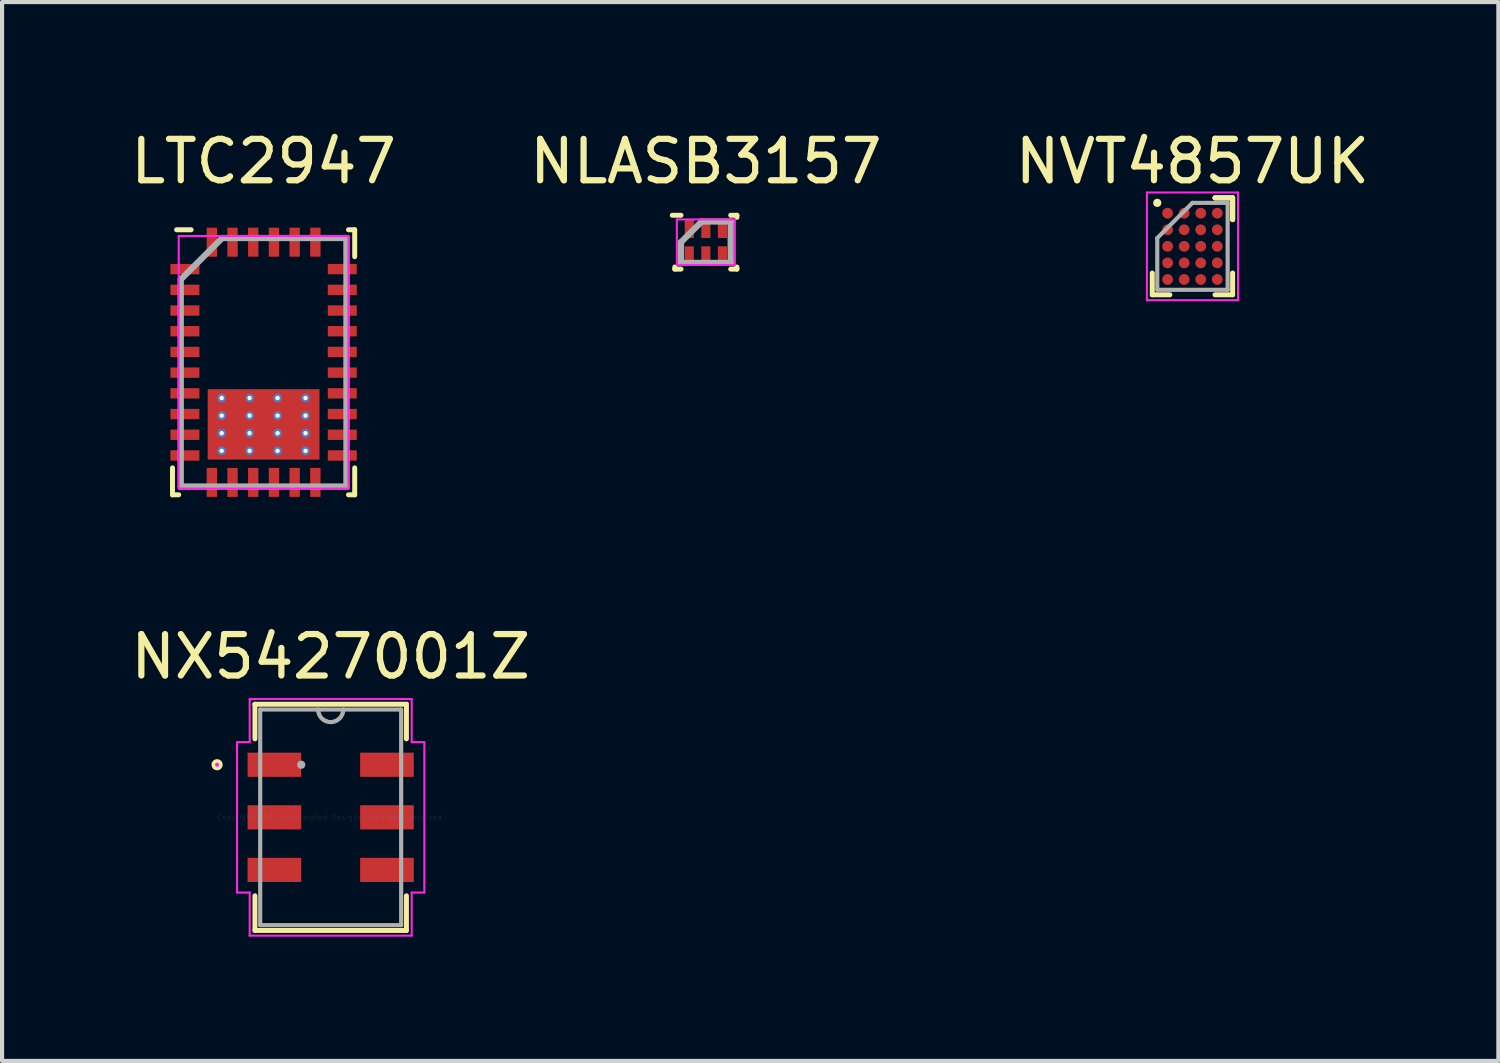
<source format=kicad_pcb>
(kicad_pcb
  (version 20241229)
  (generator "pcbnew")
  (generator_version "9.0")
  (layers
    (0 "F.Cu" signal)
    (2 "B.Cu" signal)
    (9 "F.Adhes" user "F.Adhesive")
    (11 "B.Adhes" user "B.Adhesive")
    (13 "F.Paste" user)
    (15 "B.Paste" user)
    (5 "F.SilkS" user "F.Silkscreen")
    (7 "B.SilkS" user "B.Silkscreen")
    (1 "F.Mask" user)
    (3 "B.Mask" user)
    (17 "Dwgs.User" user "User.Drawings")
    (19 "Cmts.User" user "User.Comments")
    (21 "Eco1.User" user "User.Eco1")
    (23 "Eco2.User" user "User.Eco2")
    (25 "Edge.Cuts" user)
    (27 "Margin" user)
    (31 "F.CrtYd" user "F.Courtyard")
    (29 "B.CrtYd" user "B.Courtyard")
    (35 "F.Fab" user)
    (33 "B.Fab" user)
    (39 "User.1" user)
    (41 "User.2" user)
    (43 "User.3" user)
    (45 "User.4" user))
  (footprint "LTC2947"
    (layer "F.Cu")
    (at 3.315 5.698)
    (property "Reference" "LTC2947" (at 0 -4.85 0) (layer "F.SilkS") (effects (font (size 1 1) (thickness 0.15))))
    (attr smd)
    (fp_line (start -2.2 3.2) (end -2.2 2.55) (stroke (width 0.12) (type solid)) (layer "F.SilkS"))
    (fp_line (start -2.05 3.2) (end -2.2 3.2) (stroke (width 0.12) (type solid)) (layer "F.SilkS"))
    (fp_line (start -1.75 -3.2) (end -2.1 -3.2) (stroke (width 0.12) (type solid)) (layer "F.SilkS"))
    (fp_line (start 2.05 -3.2) (end 2.2 -3.2) (stroke (width 0.12) (type solid)) (layer "F.SilkS"))
    (fp_line (start 2.05 3.2) (end 2.2 3.2) (stroke (width 0.12) (type solid)) (layer "F.SilkS"))
    (fp_line (start 2.2 -3.2) (end 2.2 -2.55) (stroke (width 0.12) (type solid)) (layer "F.SilkS"))
    (fp_line (start 2.2 3.2) (end 2.2 2.55) (stroke (width 0.12) (type solid)) (layer "F.SilkS"))
    (fp_line (start -2.05 -3.05) (end 2.05 -3.05) (stroke (width 0.05) (type solid)) (layer "F.CrtYd"))
    (fp_line (start -2.05 3.05) (end -2.05 -3.05) (stroke (width 0.05) (type solid)) (layer "F.CrtYd"))
    (fp_line (start 2.05 -3.05) (end 2.05 3.05) (stroke (width 0.05) (type solid)) (layer "F.CrtYd"))
    (fp_line (start 2.05 3.05) (end -2.05 3.05) (stroke (width 0.05) (type solid)) (layer "F.CrtYd"))
    (fp_line (start -2 -2) (end -2 3) (stroke (width 0.15) (type solid)) (layer "F.Fab"))
    (fp_line (start -2 3) (end 2 3) (stroke (width 0.15) (type solid)) (layer "F.Fab"))
    (fp_line (start -1 -3) (end -2 -2) (stroke (width 0.15) (type solid)) (layer "F.Fab"))
    (fp_line (start 2 -3) (end -1 -3) (stroke (width 0.15) (type solid)) (layer "F.Fab"))
    (fp_line (start 2 3) (end 2 -3) (stroke (width 0.15) (type solid)) (layer "F.Fab"))
    (pad "1" smd rect (at -1.9 -2.25 90) (size 0.25 0.7) (layers "F.Cu" "F.Mask" "F.Paste"))
    (pad "2" smd rect (at -1.9 -1.75 90) (size 0.25 0.7) (layers "F.Cu" "F.Mask" "F.Paste"))
    (pad "3" smd rect (at -1.9 -1.25 90) (size 0.25 0.7) (layers "F.Cu" "F.Mask" "F.Paste"))
    (pad "4" smd rect (at -1.9 -0.75 90) (size 0.25 0.7) (layers "F.Cu" "F.Mask" "F.Paste"))
    (pad "5" smd rect (at -1.9 -0.25 90) (size 0.25 0.7) (layers "F.Cu" "F.Mask" "F.Paste"))
    (pad "6" smd rect (at -1.9 0.25 90) (size 0.25 0.7) (layers "F.Cu" "F.Mask" "F.Paste"))
    (pad "7" smd rect (at -1.9 0.75 90) (size 0.25 0.7) (layers "F.Cu" "F.Mask" "F.Paste"))
    (pad "8" smd rect (at -1.9 1.25 90) (size 0.25 0.7) (layers "F.Cu" "F.Mask" "F.Paste"))
    (pad "9" smd rect (at -1.9 1.75 90) (size 0.25 0.7) (layers "F.Cu" "F.Mask" "F.Paste"))
    (pad "10" smd rect (at -1.9 2.25 90) (size 0.25 0.7) (layers "F.Cu" "F.Mask" "F.Paste"))
    (pad "11" smd rect (at -1.25 2.9) (size 0.25 0.7) (layers "F.Cu" "F.Mask" "F.Paste"))
    (pad "12" smd rect (at -0.75 2.9) (size 0.25 0.7) (layers "F.Cu" "F.Mask" "F.Paste"))
    (pad "13" smd rect (at -0.25 2.9) (size 0.25 0.7) (layers "F.Cu" "F.Mask" "F.Paste"))
    (pad "14" smd rect (at 0.25 2.9) (size 0.25 0.7) (layers "F.Cu" "F.Mask" "F.Paste"))
    (pad "15" smd rect (at 0.75 2.9) (size 0.25 0.7) (layers "F.Cu" "F.Mask" "F.Paste"))
    (pad "16" smd rect (at 1.25 2.9) (size 0.25 0.7) (layers "F.Cu" "F.Mask" "F.Paste"))
    (pad "17" smd rect (at 1.9 2.25 90) (size 0.25 0.7) (layers "F.Cu" "F.Mask" "F.Paste"))
    (pad "18" smd rect (at 1.9 1.75 90) (size 0.25 0.7) (layers "F.Cu" "F.Mask" "F.Paste"))
    (pad "19" smd rect (at 1.9 1.25 90) (size 0.25 0.7) (layers "F.Cu" "F.Mask" "F.Paste"))
    (pad "20" smd rect (at 1.9 0.75 90) (size 0.25 0.7) (layers "F.Cu" "F.Mask" "F.Paste"))
    (pad "21" smd rect (at 1.9 0.25 90) (size 0.25 0.7) (layers "F.Cu" "F.Mask" "F.Paste"))
    (pad "22" smd rect (at 1.9 -0.25 90) (size 0.25 0.7) (layers "F.Cu" "F.Mask" "F.Paste"))
    (pad "23" smd rect (at 1.9 -0.75 90) (size 0.25 0.7) (layers "F.Cu" "F.Mask" "F.Paste"))
    (pad "24" smd rect (at 1.9 -1.25 90) (size 0.25 0.7) (layers "F.Cu" "F.Mask" "F.Paste"))
    (pad "25" smd rect (at 1.9 -1.75 270) (size 0.25 0.7) (layers "F.Cu" "F.Mask" "F.Paste"))
    (pad "26" smd rect (at 1.9 -2.25 90) (size 0.25 0.7) (layers "F.Cu" "F.Mask" "F.Paste"))
    (pad "27" smd rect (at 1.25 -2.9) (size 0.25 0.7) (layers "F.Cu" "F.Mask" "F.Paste"))
    (pad "28" smd rect (at 0.75 -2.9) (size 0.25 0.7) (layers "F.Cu" "F.Mask" "F.Paste"))
    (pad "29" smd rect (at 0.25 -2.9) (size 0.25 0.7) (layers "F.Cu" "F.Mask" "F.Paste"))
    (pad "30" smd rect (at -0.25 -2.9) (size 0.25 0.7) (layers "F.Cu" "F.Mask" "F.Paste"))
    (pad "31" smd rect (at -0.75 -2.9) (size 0.25 0.7) (layers "F.Cu" "F.Mask" "F.Paste"))
    (pad "32" smd rect (at -1.25 -2.9) (size 0.25 0.7) (layers "F.Cu" "F.Mask" "F.Paste"))
    (pad "33" thru_hole circle (at -1.012 0.863) (size 0.212 0.212) (drill 0.106) (layers "*.Cu" "*.Mask"))
    (pad "33" thru_hole circle (at -1.012 1.288) (size 0.212 0.212) (drill 0.106) (layers "*.Cu" "*.Mask"))
    (pad "33" thru_hole circle (at -1.012 1.712) (size 0.212 0.212) (drill 0.106) (layers "*.Cu" "*.Mask"))
    (pad "33" thru_hole circle (at -1.012 2.138) (size 0.212 0.212) (drill 0.106) (layers "*.Cu" "*.Mask"))
    (pad "33" thru_hole circle (at -0.338 0.863) (size 0.212 0.212) (drill 0.106) (layers "*.Cu" "*.Mask"))
    (pad "33" thru_hole circle (at -0.338 1.288) (size 0.212 0.212) (drill 0.106) (layers "*.Cu" "*.Mask"))
    (pad "33" thru_hole circle (at -0.338 1.712) (size 0.212 0.212) (drill 0.106) (layers "*.Cu" "*.Mask"))
    (pad "33" thru_hole circle (at -0.338 2.138) (size 0.212 0.212) (drill 0.106) (layers "*.Cu" "*.Mask"))
    (pad "33" smd rect (at 0 1.5) (size 2.7 1.7) (layers "F.Cu" "F.Mask" "F.Paste"))
    (pad "33" thru_hole circle (at 0.338 0.863) (size 0.212 0.212) (drill 0.106) (layers "*.Cu" "*.Mask"))
    (pad "33" thru_hole circle (at 0.338 1.288) (size 0.212 0.212) (drill 0.106) (layers "*.Cu" "*.Mask"))
    (pad "33" thru_hole circle (at 0.338 1.712) (size 0.212 0.212) (drill 0.106) (layers "*.Cu" "*.Mask"))
    (pad "33" thru_hole circle (at 0.338 2.138) (size 0.212 0.212) (drill 0.106) (layers "*.Cu" "*.Mask"))
    (pad "33" thru_hole circle (at 1.012 0.863) (size 0.212 0.212) (drill 0.106) (layers "*.Cu" "*.Mask"))
    (pad "33" thru_hole circle (at 1.012 1.288) (size 0.212 0.212) (drill 0.106) (layers "*.Cu" "*.Mask"))
    (pad "33" thru_hole circle (at 1.012 1.712) (size 0.212 0.212) (drill 0.106) (layers "*.Cu" "*.Mask"))
    (pad "33" thru_hole circle (at 1.012 2.138) (size 0.212 0.212) (drill 0.106) (layers "*.Cu" "*.Mask")))
  (footprint "NLASB3157"
    (layer "F.Cu")
    (at 13.994 2.798)
    (property "Reference" "NLASB3157" (at 0 -1.95 0) (layer "F.SilkS") (effects (font (size 1 1) (thickness 0.15))))
    (attr smd)
    (fp_line (start -0.75 0.65) (end -0.75 0.6) (stroke (width 0.12) (type solid)) (layer "F.SilkS"))
    (fp_line (start -0.6 -0.65) (end -0.81 -0.65) (stroke (width 0.12) (type solid)) (layer "F.SilkS"))
    (fp_line (start -0.6 0.65) (end -0.75 0.65) (stroke (width 0.12) (type solid)) (layer "F.SilkS"))
    (fp_line (start 0.6 -0.65) (end 0.75 -0.65) (stroke (width 0.12) (type solid)) (layer "F.SilkS"))
    (fp_line (start 0.6 0.65) (end 0.75 0.65) (stroke (width 0.12) (type solid)) (layer "F.SilkS"))
    (fp_line (start 0.75 -0.65) (end 0.75 -0.6) (stroke (width 0.12) (type solid)) (layer "F.SilkS"))
    (fp_line (start 0.75 0.65) (end 0.75 0.6) (stroke (width 0.12) (type solid)) (layer "F.SilkS"))
    (fp_line (start -0.7 -0.55) (end 0.7 -0.55) (stroke (width 0.05) (type solid)) (layer "F.CrtYd"))
    (fp_line (start -0.7 0.55) (end -0.7 -0.55) (stroke (width 0.05) (type solid)) (layer "F.CrtYd"))
    (fp_line (start 0.7 -0.55) (end 0.7 0.55) (stroke (width 0.05) (type solid)) (layer "F.CrtYd"))
    (fp_line (start 0.7 0.55) (end -0.7 0.55) (stroke (width 0.05) (type solid)) (layer "F.CrtYd"))
    (fp_line (start -0.6 0) (end -0.6 0.5) (stroke (width 0.15) (type solid)) (layer "F.Fab"))
    (fp_line (start -0.6 0.5) (end 0.6 0.5) (stroke (width 0.15) (type solid)) (layer "F.Fab"))
    (fp_line (start -0.1 -0.5) (end -0.6 0) (stroke (width 0.15) (type solid)) (layer "F.Fab"))
    (fp_line (start 0.6 -0.5) (end -0.1 -0.5) (stroke (width 0.15) (type solid)) (layer "F.Fab"))
    (fp_line (start 0.6 0.5) (end 0.6 -0.5) (stroke (width 0.15) (type solid)) (layer "F.Fab"))
    (pad "1" smd rect (at -0.4 0.325 180) (size 0.22 0.45) (layers "F.Cu" "F.Mask" "F.Paste"))
    (pad "2" smd rect (at 0 0.325 180) (size 0.22 0.45) (layers "F.Cu" "F.Mask" "F.Paste"))
    (pad "3" smd rect (at 0.4 0.325) (size 0.22 0.45) (layers "F.Cu" "F.Mask" "F.Paste"))
    (pad "4" smd rect (at 0.4 -0.325) (size 0.22 0.45) (layers "F.Cu" "F.Mask" "F.Paste"))
    (pad "5" smd rect (at 0 -0.325 180) (size 0.22 0.45) (layers "F.Cu" "F.Mask" "F.Paste"))
    (pad "6" smd rect (at -0.4 -0.325 180) (size 0.22 0.45) (layers "F.Cu" "F.Mask" "F.Paste")))
  (footprint "NX5427001Z"
    (layer "F.Cu")
    (at 4.935 16.686)
    (property "Reference" "NX5427001Z" (at 0 -3.88 0) (layer "F.SilkS") (effects (font (size 1 1) (thickness 0.15))))
    (attr through_hole)
    (fp_line (start -1.829 -2.731) (end -1.829 -1.895) (stroke (width 0.12) (type solid)) (layer "F.SilkS"))
    (fp_line (start -1.829 1.895) (end -1.829 2.731) (stroke (width 0.12) (type solid)) (layer "F.SilkS"))
    (fp_line (start -1.829 2.731) (end 1.829 2.731) (stroke (width 0.12) (type solid)) (layer "F.SilkS"))
    (fp_line (start 1.829 -2.731) (end -1.829 -2.731) (stroke (width 0.12) (type solid)) (layer "F.SilkS"))
    (fp_line (start 1.829 -1.895) (end 1.829 -2.731) (stroke (width 0.12) (type solid)) (layer "F.SilkS"))
    (fp_line (start 1.829 2.731) (end 1.829 1.895) (stroke (width 0.12) (type solid)) (layer "F.SilkS"))
    (fp_arc (start 0.283633 -2.6035) (mid 0 -2.319867) (end -0.283633 -2.6035) (stroke (width 0.05) (type solid)) (layer "F.SilkS"))
    (fp_circle (center -2.743 -1.27) (end -2.667 -1.27) (stroke (width 0.12) (type solid)) (fill no) (layer "F.SilkS"))
    (fp_line (start -2.261 -1.816) (end -1.956 -1.816) (stroke (width 0.05) (type solid)) (layer "F.CrtYd"))
    (fp_line (start -2.261 1.816) (end -2.261 -1.816) (stroke (width 0.05) (type solid)) (layer "F.CrtYd"))
    (fp_line (start -1.956 -2.857) (end 1.956 -2.857) (stroke (width 0.05) (type solid)) (layer "F.CrtYd"))
    (fp_line (start -1.956 -1.816) (end -1.956 -2.857) (stroke (width 0.05) (type solid)) (layer "F.CrtYd"))
    (fp_line (start -1.956 1.816) (end -2.261 1.816) (stroke (width 0.05) (type solid)) (layer "F.CrtYd"))
    (fp_line (start -1.956 2.857) (end -1.956 1.816) (stroke (width 0.05) (type solid)) (layer "F.CrtYd"))
    (fp_line (start 1.956 -2.857) (end 1.956 -1.816) (stroke (width 0.05) (type solid)) (layer "F.CrtYd"))
    (fp_line (start 1.956 -1.816) (end 2.261 -1.816) (stroke (width 0.05) (type solid)) (layer "F.CrtYd"))
    (fp_line (start 1.956 1.816) (end 1.956 2.857) (stroke (width 0.05) (type solid)) (layer "F.CrtYd"))
    (fp_line (start 1.956 2.857) (end -1.956 2.857) (stroke (width 0.05) (type solid)) (layer "F.CrtYd"))
    (fp_line (start 2.261 -1.816) (end 2.261 1.816) (stroke (width 0.05) (type solid)) (layer "F.CrtYd"))
    (fp_line (start 2.261 1.816) (end 1.956 1.816) (stroke (width 0.05) (type solid)) (layer "F.CrtYd"))
    (fp_circle (center -2.743 -1.27) (end -2.743 -1.27) (stroke (width 0.05) (type solid)) (fill no) (layer "F.CrtYd"))
    (fp_line (start -1.702 -2.603) (end -1.702 2.603) (stroke (width 0.1) (type solid)) (layer "F.Fab"))
    (fp_line (start -1.702 2.603) (end 1.702 2.603) (stroke (width 0.1) (type solid)) (layer "F.Fab"))
    (fp_line (start 1.702 -2.603) (end -1.702 -2.603) (stroke (width 0.1) (type solid)) (layer "F.Fab"))
    (fp_line (start 1.702 2.603) (end 1.702 -2.603) (stroke (width 0.1) (type solid)) (layer "F.Fab"))
    (fp_arc (start 0.3048 -2.6035) (mid 0 -2.2987) (end -0.3048 -2.6035) (stroke (width 0.1) (type solid)) (layer "F.Fab"))
    (fp_circle (center -0.711 -1.27) (end -0.711 -1.27) (stroke (width 0.1) (type solid)) (fill no) (layer "F.Fab"))
    (fp_text user "Copyright 2021 Accelerated Designs. All rights reserved." (at 0 0 0) (layer "Cmts.User") (effects (font (size 0.127 0.127) (thickness 0.002))))
    (pad "1" smd rect (at -1.359 -1.27) (size 1.295 0.584) (layers "F.Cu" "F.Mask" "F.Paste"))
    (pad "2" smd rect (at -1.359 0) (size 1.295 0.584) (layers "F.Cu" "F.Mask" "F.Paste"))
    (pad "3" smd rect (at -1.359 1.27) (size 1.295 0.584) (layers "F.Cu" "F.Mask" "F.Paste"))
    (pad "4" smd rect (at 1.359 1.27) (size 1.295 0.584) (layers "F.Cu" "F.Mask" "F.Paste"))
    (pad "5" smd rect (at 1.359 0) (size 1.295 0.584) (layers "F.Cu" "F.Mask" "F.Paste"))
    (pad "6" smd rect (at 1.359 -1.27) (size 1.295 0.584) (layers "F.Cu" "F.Mask" "F.Paste")))
  (footprint "NVT4857UK"
    (layer "F.Cu")
    (at 25.744 2.898)
    (property "Reference" "NVT4857UK" (at 0 -2.05 0) (layer "F.SilkS") (effects (font (size 1 1) (thickness 0.15))))
    (attr smd)
    (fp_line (start -0.97 1.17) (end -0.97 0.645) (stroke (width 0.12) (type solid)) (layer "F.SilkS"))
    (fp_line (start -0.545 1.17) (end -0.97 1.17) (stroke (width 0.12) (type solid)) (layer "F.SilkS"))
    (fp_line (start 0.545 -1.17) (end 0.97 -1.17) (stroke (width 0.12) (type solid)) (layer "F.SilkS"))
    (fp_line (start 0.545 -1.17) (end 0.97 -1.17) (stroke (width 0.12) (type solid)) (layer "F.SilkS"))
    (fp_line (start 0.545 -1.17) (end 0.97 -1.17) (stroke (width 0.12) (type solid)) (layer "F.SilkS"))
    (fp_line (start 0.545 1.17) (end 0.97 1.17) (stroke (width 0.12) (type solid)) (layer "F.SilkS"))
    (fp_line (start 0.97 -1.17) (end 0.97 -0.645) (stroke (width 0.12) (type solid)) (layer "F.SilkS"))
    (fp_line (start 0.97 -1.17) (end 0.97 -0.645) (stroke (width 0.12) (type solid)) (layer "F.SilkS"))
    (fp_line (start 0.97 -1.17) (end 0.97 -0.645) (stroke (width 0.12) (type solid)) (layer "F.SilkS"))
    (fp_line (start 0.97 1.17) (end 0.97 0.645) (stroke (width 0.12) (type solid)) (layer "F.SilkS"))
    (fp_circle (center -0.85 -1.05) (end -0.8 -1.05) (stroke (width 0.1) (type solid)) (fill no) (layer "F.SilkS"))
    (fp_line (start -1.1 -1.3) (end 1.1 -1.3) (stroke (width 0.05) (type solid)) (layer "F.CrtYd"))
    (fp_line (start -1.1 1.3) (end -1.1 -1.3) (stroke (width 0.05) (type solid)) (layer "F.CrtYd"))
    (fp_line (start 1.1 -1.3) (end 1.1 1.3) (stroke (width 0.05) (type solid)) (layer "F.CrtYd"))
    (fp_line (start 1.1 1.3) (end -1.1 1.3) (stroke (width 0.05) (type solid)) (layer "F.CrtYd"))
    (fp_line (start -0.85 -0.2) (end -0.85 1.05) (stroke (width 0.1) (type solid)) (layer "F.Fab"))
    (fp_line (start -0.85 1.05) (end 0.85 1.05) (stroke (width 0.1) (type solid)) (layer "F.Fab"))
    (fp_line (start 0 -1.05) (end -0.85 -0.2) (stroke (width 0.1) (type solid)) (layer "F.Fab"))
    (fp_line (start 0.85 -1.05) (end 0 -1.05) (stroke (width 0.1) (type solid)) (layer "F.Fab"))
    (fp_line (start 0.85 1.05) (end 0.85 -1.05) (stroke (width 0.1) (type solid)) (layer "F.Fab"))
    (pad "A1" smd circle (at -0.6 -0.8) (size 0.26 0.26) (layers "F.Cu" "F.Mask" "F.Paste"))
    (pad "A2" smd circle (at -0.2 -0.8) (size 0.26 0.26) (layers "F.Cu" "F.Mask" "F.Paste"))
    (pad "A3" smd circle (at 0.2 -0.8) (size 0.26 0.26) (layers "F.Cu" "F.Mask" "F.Paste"))
    (pad "A4" smd circle (at 0.6 -0.8) (size 0.26 0.26) (layers "F.Cu" "F.Mask" "F.Paste"))
    (pad "B1" smd circle (at -0.6 -0.4) (size 0.26 0.26) (layers "F.Cu" "F.Mask" "F.Paste"))
    (pad "B2" smd circle (at -0.2 -0.4) (size 0.26 0.26) (layers "F.Cu" "F.Mask" "F.Paste"))
    (pad "B3" smd circle (at 0.2 -0.4) (size 0.26 0.26) (layers "F.Cu" "F.Mask" "F.Paste"))
    (pad "B4" smd circle (at 0.6 -0.4) (size 0.26 0.26) (layers "F.Cu" "F.Mask" "F.Paste"))
    (pad "C1" smd circle (at -0.6 0) (size 0.26 0.26) (layers "F.Cu" "F.Mask" "F.Paste"))
    (pad "C2" smd circle (at -0.2 0) (size 0.26 0.26) (layers "F.Cu" "F.Mask" "F.Paste"))
    (pad "C3" smd circle (at 0.2 0) (size 0.26 0.26) (layers "F.Cu" "F.Mask" "F.Paste"))
    (pad "C4" smd circle (at 0.6 0) (size 0.26 0.26) (layers "F.Cu" "F.Mask" "F.Paste"))
    (pad "D1" smd circle (at -0.6 0.4) (size 0.26 0.26) (layers "F.Cu" "F.Mask" "F.Paste"))
    (pad "D2" smd circle (at -0.2 0.4) (size 0.26 0.26) (layers "F.Cu" "F.Mask" "F.Paste"))
    (pad "D3" smd circle (at 0.2 0.4) (size 0.26 0.26) (layers "F.Cu" "F.Mask" "F.Paste"))
    (pad "D4" smd circle (at 0.6 0.4) (size 0.26 0.26) (layers "F.Cu" "F.Mask" "F.Paste"))
    (pad "E1" smd circle (at -0.6 0.8) (size 0.26 0.26) (layers "F.Cu" "F.Mask" "F.Paste"))
    (pad "E2" smd circle (at -0.2 0.8) (size 0.26 0.26) (layers "F.Cu" "F.Mask" "F.Paste"))
    (pad "E3" smd circle (at 0.2 0.8) (size 0.26 0.26) (layers "F.Cu" "F.Mask" "F.Paste"))
    (pad "E4" smd circle (at 0.6 0.8) (size 0.26 0.26) (layers "F.Cu" "F.Mask" "F.Paste")))
  (gr_rect
    (start -3 -3)
    (end 33.131 22.569)
    (stroke (width 0.1) (type default))
    (fill no)
    (layer "Edge.Cuts")))
</source>
